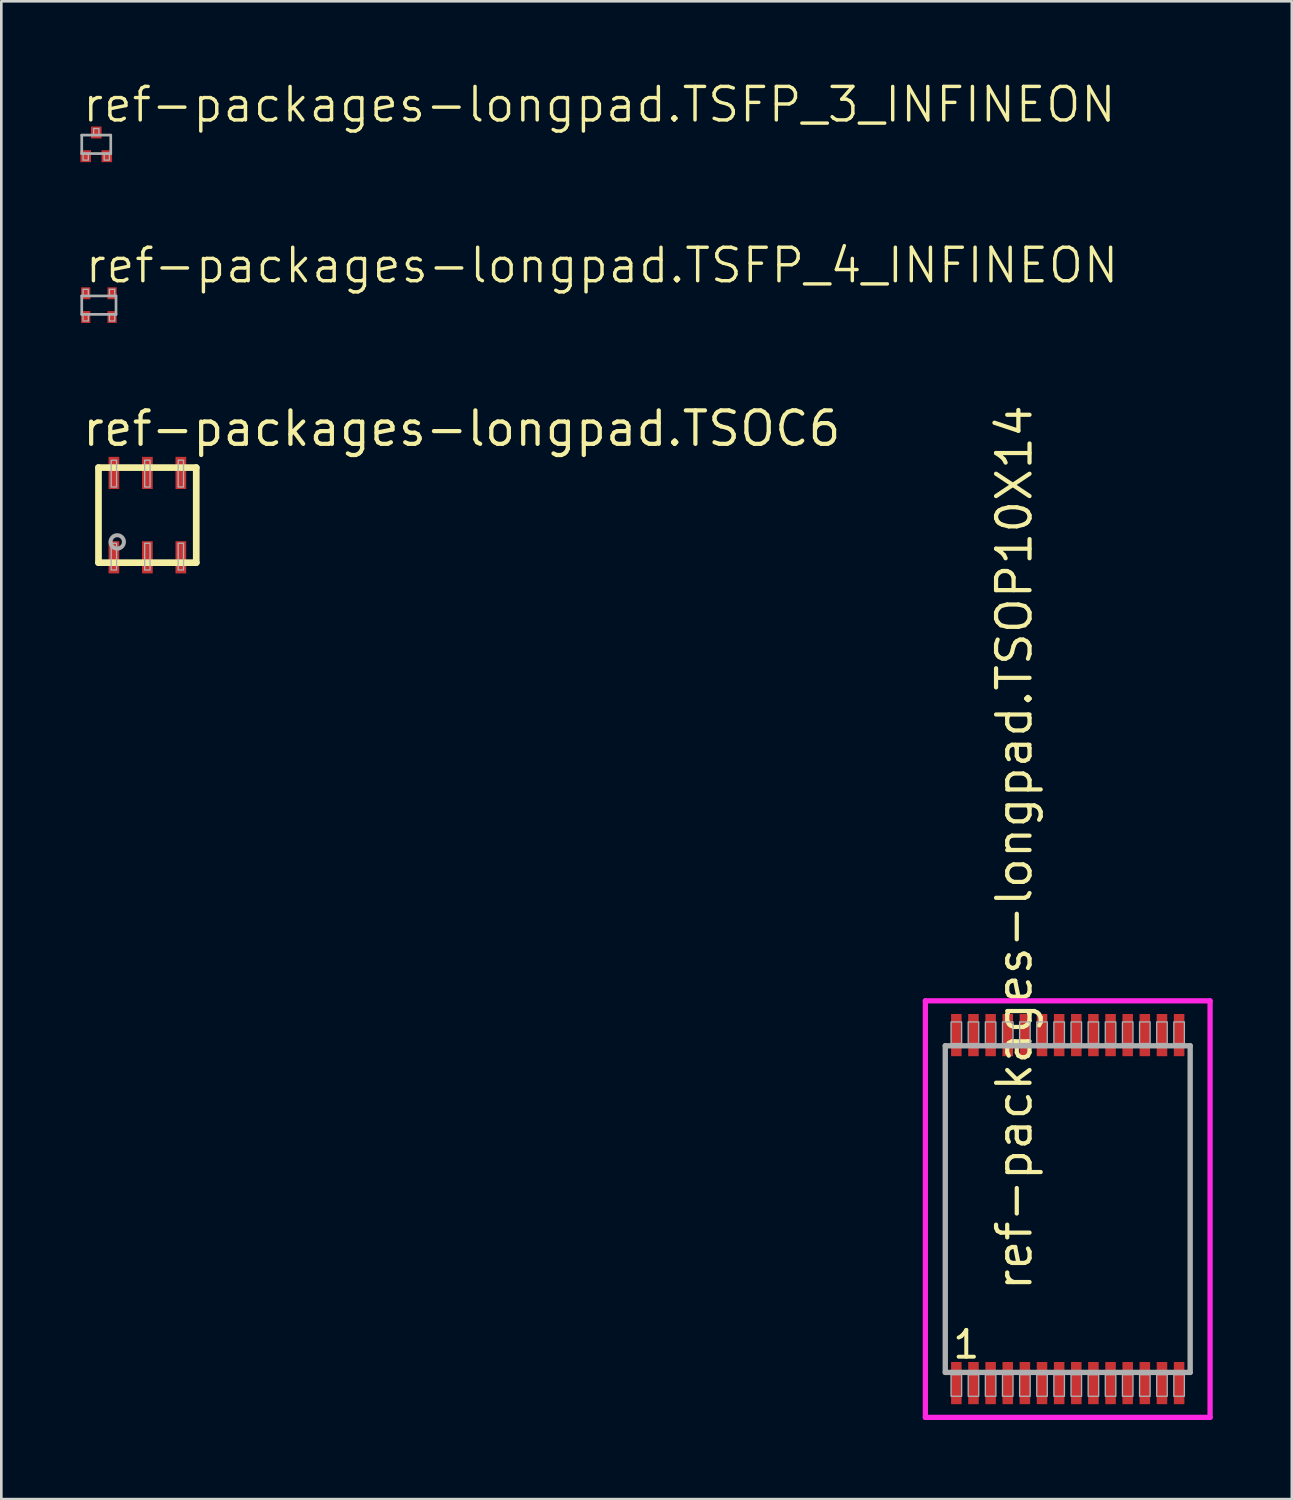
<source format=kicad_pcb>
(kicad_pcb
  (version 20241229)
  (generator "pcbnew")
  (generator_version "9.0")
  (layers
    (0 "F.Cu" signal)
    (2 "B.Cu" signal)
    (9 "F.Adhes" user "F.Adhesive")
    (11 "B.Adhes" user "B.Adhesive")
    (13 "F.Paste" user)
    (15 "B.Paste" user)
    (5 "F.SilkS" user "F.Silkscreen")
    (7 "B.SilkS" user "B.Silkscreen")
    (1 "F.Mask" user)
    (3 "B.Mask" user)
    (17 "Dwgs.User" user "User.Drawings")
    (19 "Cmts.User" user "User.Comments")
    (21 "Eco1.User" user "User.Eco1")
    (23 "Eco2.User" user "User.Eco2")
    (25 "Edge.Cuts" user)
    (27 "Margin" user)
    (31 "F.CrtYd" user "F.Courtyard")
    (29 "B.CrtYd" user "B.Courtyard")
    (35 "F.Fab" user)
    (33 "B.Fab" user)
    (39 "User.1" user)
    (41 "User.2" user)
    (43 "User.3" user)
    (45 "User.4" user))
  (footprint "ref-packages-longpad.TSFP_3_INFINEON"
    (layer "F.Cu")
    (at 0.601 2.425)
    (property "Reference" "ref-packages-longpad.TSFP_3_INFINEON" (at -0.595 -0.765 0) (layer "F.SilkS") (effects (font (size 1.27 1.27) (thickness 0.13)) (justify left bottom)))
    (attr smd)
    (fp_line (start -0.55 -0.35) (end 0.55 -0.35) (stroke (width 0.102) (type default)) (layer "F.Fab"))
    (fp_line (start -0.55 0.35) (end -0.55 -0.35) (stroke (width 0.102) (type default)) (layer "F.Fab"))
    (fp_line (start 0.55 -0.35) (end 0.55 0.35) (stroke (width 0.102) (type default)) (layer "F.Fab"))
    (fp_line (start 0.55 0.35) (end -0.55 0.35) (stroke (width 0.102) (type default)) (layer "F.Fab"))
    (fp_rect (start -0.5 0.6) (end -0.3 0.35) (stroke (width 0.05) (type default)) (fill no) (layer "F.Fab"))
    (fp_rect (start -0.1 -0.35) (end 0.1 -0.6) (stroke (width 0.05) (type default)) (fill no) (layer "F.Fab"))
    (fp_rect (start 0.3 0.6) (end 0.5 0.35) (stroke (width 0.05) (type default)) (fill no) (layer "F.Fab"))
    (pad "1" smd roundrect (at -0.4 0.45) (size 0.4 0.45) (layers "F.Cu" "F.Mask" "F.Paste") (roundrect_rratio 0.01))
    (pad "2" smd roundrect (at 0 -0.45) (size 0.4 0.45) (layers "F.Cu" "F.Mask" "F.Paste") (roundrect_rratio 0.01))
    (pad "3" smd roundrect (at 0.4 0.45) (size 0.4 0.45) (layers "F.Cu" "F.Mask" "F.Paste") (roundrect_rratio 0.01)))
  (footprint "ref-packages-longpad.TSFP_4_INFINEON"
    (layer "F.Cu")
    (at 0.701 8.525)
    (property "Reference" "ref-packages-longpad.TSFP_4_INFINEON" (at -0.595 -0.765 0) (layer "F.SilkS") (effects (font (size 1.27 1.27) (thickness 0.13)) (justify left bottom)))
    (attr smd)
    (fp_line (start -0.65 -0.35) (end 0.65 -0.35) (stroke (width 0.102) (type default)) (layer "F.Fab"))
    (fp_line (start -0.65 0.35) (end -0.65 -0.35) (stroke (width 0.102) (type default)) (layer "F.Fab"))
    (fp_line (start 0.65 -0.35) (end 0.65 0.35) (stroke (width 0.102) (type default)) (layer "F.Fab"))
    (fp_line (start 0.65 0.35) (end -0.65 0.35) (stroke (width 0.102) (type default)) (layer "F.Fab"))
    (fp_rect (start -0.6 -0.35) (end -0.4 -0.6) (stroke (width 0.05) (type default)) (fill no) (layer "F.Fab"))
    (fp_rect (start -0.6 0.6) (end -0.4 0.35) (stroke (width 0.05) (type default)) (fill no) (layer "F.Fab"))
    (fp_rect (start 0.4 -0.35) (end 0.6 -0.6) (stroke (width 0.05) (type default)) (fill no) (layer "F.Fab"))
    (fp_rect (start 0.4 0.6) (end 0.6 0.35) (stroke (width 0.05) (type default)) (fill no) (layer "F.Fab"))
    (pad "1" smd roundrect (at -0.5 0.45) (size 0.35 0.45) (layers "F.Cu" "F.Mask" "F.Paste") (roundrect_rratio 0.01))
    (pad "2" smd roundrect (at 0.5 0.45) (size 0.35 0.45) (layers "F.Cu" "F.Mask" "F.Paste") (roundrect_rratio 0.01))
    (pad "3" smd roundrect (at 0.5 -0.45) (size 0.35 0.45) (layers "F.Cu" "F.Mask" "F.Paste") (roundrect_rratio 0.01))
    (pad "4" smd roundrect (at -0.5 -0.45) (size 0.35 0.45) (layers "F.Cu" "F.Mask" "F.Paste") (roundrect_rratio 0.01)))
  (footprint "ref-packages-longpad.TSOP10X14"
    (layer "F.Cu")
    (at 37.452 42.815)
    (property "Reference" "ref-packages-longpad.TSOP10X14" (at -1.285 3.175 90) (layer "F.SilkS") (effects (font (size 1.27 1.27) (thickness 0.16)) (justify left bottom)))
    (attr smd)
    (fp_line (start -5.4 -7.9) (end 5.4 -7.9) (stroke (width 0.2) (type default)) (layer "F.CrtYd"))
    (fp_line (start -5.4 7.9) (end -5.4 -7.9) (stroke (width 0.2) (type default)) (layer "F.CrtYd"))
    (fp_line (start 5.4 -7.9) (end 5.4 7.9) (stroke (width 0.2) (type default)) (layer "F.CrtYd"))
    (fp_line (start 5.4 7.9) (end -5.4 7.9) (stroke (width 0.2) (type default)) (layer "F.CrtYd"))
    (fp_line (start -4.645 -6.195) (end 4.645 -6.195) (stroke (width 0.203) (type default)) (layer "F.Fab"))
    (fp_line (start -4.645 6.195) (end -4.645 -6.195) (stroke (width 0.203) (type default)) (layer "F.Fab"))
    (fp_line (start 4.645 -6.195) (end 4.645 6.195) (stroke (width 0.203) (type default)) (layer "F.Fab"))
    (fp_line (start 4.645 6.195) (end -4.645 6.195) (stroke (width 0.203) (type default)) (layer "F.Fab"))
    (fp_rect (start -4.425 -6.28) (end -4.025 -7.1) (stroke (width 0.05) (type default)) (fill no) (layer "F.Fab"))
    (fp_rect (start -4.425 7.1) (end -4.025 6.28) (stroke (width 0.05) (type default)) (fill no) (layer "F.Fab"))
    (fp_rect (start -3.775 -6.28) (end -3.375 -7.1) (stroke (width 0.05) (type default)) (fill no) (layer "F.Fab"))
    (fp_rect (start -3.775 7.1) (end -3.375 6.28) (stroke (width 0.05) (type default)) (fill no) (layer "F.Fab"))
    (fp_rect (start -3.125 -6.28) (end -2.725 -7.1) (stroke (width 0.05) (type default)) (fill no) (layer "F.Fab"))
    (fp_rect (start -3.125 7.1) (end -2.725 6.28) (stroke (width 0.05) (type default)) (fill no) (layer "F.Fab"))
    (fp_rect (start -2.475 -6.28) (end -2.075 -7.1) (stroke (width 0.05) (type default)) (fill no) (layer "F.Fab"))
    (fp_rect (start -2.475 7.1) (end -2.075 6.28) (stroke (width 0.05) (type default)) (fill no) (layer "F.Fab"))
    (fp_rect (start -1.825 -6.28) (end -1.425 -7.1) (stroke (width 0.05) (type default)) (fill no) (layer "F.Fab"))
    (fp_rect (start -1.825 7.1) (end -1.425 6.28) (stroke (width 0.05) (type default)) (fill no) (layer "F.Fab"))
    (fp_rect (start -1.175 -6.28) (end -0.775 -7.1) (stroke (width 0.05) (type default)) (fill no) (layer "F.Fab"))
    (fp_rect (start -1.175 7.1) (end -0.775 6.28) (stroke (width 0.05) (type default)) (fill no) (layer "F.Fab"))
    (fp_rect (start -0.525 -6.28) (end -0.125 -7.1) (stroke (width 0.05) (type default)) (fill no) (layer "F.Fab"))
    (fp_rect (start -0.525 7.1) (end -0.125 6.28) (stroke (width 0.05) (type default)) (fill no) (layer "F.Fab"))
    (fp_rect (start 0.125 -6.28) (end 0.525 -7.1) (stroke (width 0.05) (type default)) (fill no) (layer "F.Fab"))
    (fp_rect (start 0.125 7.1) (end 0.525 6.28) (stroke (width 0.05) (type default)) (fill no) (layer "F.Fab"))
    (fp_rect (start 0.775 -6.28) (end 1.175 -7.1) (stroke (width 0.05) (type default)) (fill no) (layer "F.Fab"))
    (fp_rect (start 0.775 7.1) (end 1.175 6.28) (stroke (width 0.05) (type default)) (fill no) (layer "F.Fab"))
    (fp_rect (start 1.425 -6.28) (end 1.825 -7.1) (stroke (width 0.05) (type default)) (fill no) (layer "F.Fab"))
    (fp_rect (start 1.425 7.1) (end 1.825 6.28) (stroke (width 0.05) (type default)) (fill no) (layer "F.Fab"))
    (fp_rect (start 2.075 -6.28) (end 2.475 -7.1) (stroke (width 0.05) (type default)) (fill no) (layer "F.Fab"))
    (fp_rect (start 2.075 7.1) (end 2.475 6.28) (stroke (width 0.05) (type default)) (fill no) (layer "F.Fab"))
    (fp_rect (start 2.725 -6.28) (end 3.125 -7.1) (stroke (width 0.05) (type default)) (fill no) (layer "F.Fab"))
    (fp_rect (start 2.725 7.1) (end 3.125 6.28) (stroke (width 0.05) (type default)) (fill no) (layer "F.Fab"))
    (fp_rect (start 3.375 -6.28) (end 3.775 -7.1) (stroke (width 0.05) (type default)) (fill no) (layer "F.Fab"))
    (fp_rect (start 3.375 7.1) (end 3.775 6.28) (stroke (width 0.05) (type default)) (fill no) (layer "F.Fab"))
    (fp_rect (start 4.025 -6.28) (end 4.425 -7.1) (stroke (width 0.05) (type default)) (fill no) (layer "F.Fab"))
    (fp_rect (start 4.025 7.1) (end 4.425 6.28) (stroke (width 0.05) (type default)) (fill no) (layer "F.Fab"))
    (fp_text user "1" (at -4.431 5.73 0) (layer "F.SilkS") (effects (font (size 1.016 1.016) (thickness 0.15)) (justify left bottom)))
    (pad "1" smd roundrect (at -4.225 6.6) (size 0.4 1.6) (layers "F.Cu" "F.Mask" "F.Paste") (roundrect_rratio 0.01))
    (pad "2" smd roundrect (at -3.575 6.6) (size 0.4 1.6) (layers "F.Cu" "F.Mask" "F.Paste") (roundrect_rratio 0.01))
    (pad "3" smd roundrect (at -2.925 6.6) (size 0.4 1.6) (layers "F.Cu" "F.Mask" "F.Paste") (roundrect_rratio 0.01))
    (pad "4" smd roundrect (at -2.275 6.6) (size 0.4 1.6) (layers "F.Cu" "F.Mask" "F.Paste") (roundrect_rratio 0.01))
    (pad "5" smd roundrect (at -1.625 6.6) (size 0.4 1.6) (layers "F.Cu" "F.Mask" "F.Paste") (roundrect_rratio 0.01))
    (pad "6" smd roundrect (at -0.975 6.6) (size 0.4 1.6) (layers "F.Cu" "F.Mask" "F.Paste") (roundrect_rratio 0.01))
    (pad "7" smd roundrect (at -0.325 6.6) (size 0.4 1.6) (layers "F.Cu" "F.Mask" "F.Paste") (roundrect_rratio 0.01))
    (pad "8" smd roundrect (at 0.325 6.6) (size 0.4 1.6) (layers "F.Cu" "F.Mask" "F.Paste") (roundrect_rratio 0.01))
    (pad "9" smd roundrect (at 0.975 6.6) (size 0.4 1.6) (layers "F.Cu" "F.Mask" "F.Paste") (roundrect_rratio 0.01))
    (pad "10" smd roundrect (at 1.625 6.6) (size 0.4 1.6) (layers "F.Cu" "F.Mask" "F.Paste") (roundrect_rratio 0.01))
    (pad "11" smd roundrect (at 2.275 6.6) (size 0.4 1.6) (layers "F.Cu" "F.Mask" "F.Paste") (roundrect_rratio 0.01))
    (pad "12" smd roundrect (at 2.925 6.6) (size 0.4 1.6) (layers "F.Cu" "F.Mask" "F.Paste") (roundrect_rratio 0.01))
    (pad "13" smd roundrect (at 3.575 6.6) (size 0.4 1.6) (layers "F.Cu" "F.Mask" "F.Paste") (roundrect_rratio 0.01))
    (pad "14" smd roundrect (at 4.225 6.6) (size 0.4 1.6) (layers "F.Cu" "F.Mask" "F.Paste") (roundrect_rratio 0.01))
    (pad "15" smd roundrect (at 4.225 -6.6) (size 0.4 1.6) (layers "F.Cu" "F.Mask" "F.Paste") (roundrect_rratio 0.01))
    (pad "16" smd roundrect (at 3.575 -6.6) (size 0.4 1.6) (layers "F.Cu" "F.Mask" "F.Paste") (roundrect_rratio 0.01))
    (pad "17" smd roundrect (at 2.925 -6.6) (size 0.4 1.6) (layers "F.Cu" "F.Mask" "F.Paste") (roundrect_rratio 0.01))
    (pad "18" smd roundrect (at 2.275 -6.6) (size 0.4 1.6) (layers "F.Cu" "F.Mask" "F.Paste") (roundrect_rratio 0.01))
    (pad "19" smd roundrect (at 1.625 -6.6) (size 0.4 1.6) (layers "F.Cu" "F.Mask" "F.Paste") (roundrect_rratio 0.01))
    (pad "20" smd roundrect (at 0.975 -6.6) (size 0.4 1.6) (layers "F.Cu" "F.Mask" "F.Paste") (roundrect_rratio 0.01))
    (pad "21" smd roundrect (at 0.325 -6.6) (size 0.4 1.6) (layers "F.Cu" "F.Mask" "F.Paste") (roundrect_rratio 0.01))
    (pad "22" smd roundrect (at -0.325 -6.6) (size 0.4 1.6) (layers "F.Cu" "F.Mask" "F.Paste") (roundrect_rratio 0.01))
    (pad "23" smd roundrect (at -0.975 -6.6) (size 0.4 1.6) (layers "F.Cu" "F.Mask" "F.Paste") (roundrect_rratio 0.01))
    (pad "24" smd roundrect (at -1.625 -6.6) (size 0.4 1.6) (layers "F.Cu" "F.Mask" "F.Paste") (roundrect_rratio 0.01))
    (pad "25" smd roundrect (at -2.275 -6.6) (size 0.4 1.6) (layers "F.Cu" "F.Mask" "F.Paste") (roundrect_rratio 0.01))
    (pad "26" smd roundrect (at -2.925 -6.6) (size 0.4 1.6) (layers "F.Cu" "F.Mask" "F.Paste") (roundrect_rratio 0.01))
    (pad "27" smd roundrect (at -3.575 -6.6) (size 0.4 1.6) (layers "F.Cu" "F.Mask" "F.Paste") (roundrect_rratio 0.01))
    (pad "28" smd roundrect (at -4.225 -6.6) (size 0.4 1.6) (layers "F.Cu" "F.Mask" "F.Paste") (roundrect_rratio 0.01)))
  (footprint "ref-packages-longpad.TSOC6"
    (layer "F.Cu")
    (at 2.54 16.49)
    (property "Reference" "ref-packages-longpad.TSOC6" (at -2.54 -2.54 0) (layer "F.SilkS") (effects (font (size 1.27 1.27) (thickness 0.16)) (justify left bottom)))
    (attr smd)
    (fp_line (start -1.854 -1.803) (end 1.854 -1.803) (stroke (width 0.254) (type default)) (layer "F.SilkS"))
    (fp_line (start -1.854 1.803) (end -1.854 -1.803) (stroke (width 0.254) (type default)) (layer "F.SilkS"))
    (fp_line (start 1.854 -1.803) (end 1.854 1.803) (stroke (width 0.254) (type default)) (layer "F.SilkS"))
    (fp_line (start 1.854 1.803) (end -1.854 1.803) (stroke (width 0.254) (type default)) (layer "F.SilkS"))
    (fp_rect (start -1.372 -1.067) (end -1.168 -2.083) (stroke (width 0.05) (type default)) (fill no) (layer "F.Fab"))
    (fp_rect (start -1.372 2.083) (end -1.168 1.067) (stroke (width 0.05) (type default)) (fill no) (layer "F.Fab"))
    (fp_rect (start -0.102 -1.067) (end 0.102 -2.083) (stroke (width 0.05) (type default)) (fill no) (layer "F.Fab"))
    (fp_rect (start -0.102 2.083) (end 0.102 1.067) (stroke (width 0.05) (type default)) (fill no) (layer "F.Fab"))
    (fp_rect (start 1.168 -1.067) (end 1.372 -2.083) (stroke (width 0.05) (type default)) (fill no) (layer "F.Fab"))
    (fp_rect (start 1.168 2.083) (end 1.372 1.067) (stroke (width 0.05) (type default)) (fill no) (layer "F.Fab"))
    (fp_circle (center -1.143 1.016) (end -0.889 1.016) (stroke (width 0.152) (type default)) (fill no) (layer "F.Fab"))
    (pad "1" smd roundrect (at -1.27 1.6) (size 0.406 1.219) (layers "F.Cu" "F.Mask" "F.Paste") (roundrect_rratio 0.01))
    (pad "2" smd roundrect (at 0 1.6) (size 0.406 1.219) (layers "F.Cu" "F.Mask" "F.Paste") (roundrect_rratio 0.01))
    (pad "3" smd roundrect (at 1.27 1.6) (size 0.406 1.219) (layers "F.Cu" "F.Mask" "F.Paste") (roundrect_rratio 0.01))
    (pad "4" smd roundrect (at 1.27 -1.6) (size 0.406 1.219) (layers "F.Cu" "F.Mask" "F.Paste") (roundrect_rratio 0.01))
    (pad "5" smd roundrect (at 0 -1.6) (size 0.406 1.219) (layers "F.Cu" "F.Mask" "F.Paste") (roundrect_rratio 0.01))
    (pad "6" smd roundrect (at -1.27 -1.6) (size 0.406 1.219) (layers "F.Cu" "F.Mask" "F.Paste") (roundrect_rratio 0.01)))
  (gr_rect
    (start -3 -3)
    (end 45.952 53.815)
    (stroke (width 0.1) (type default))
    (fill no)
    (layer "Edge.Cuts")))
</source>
